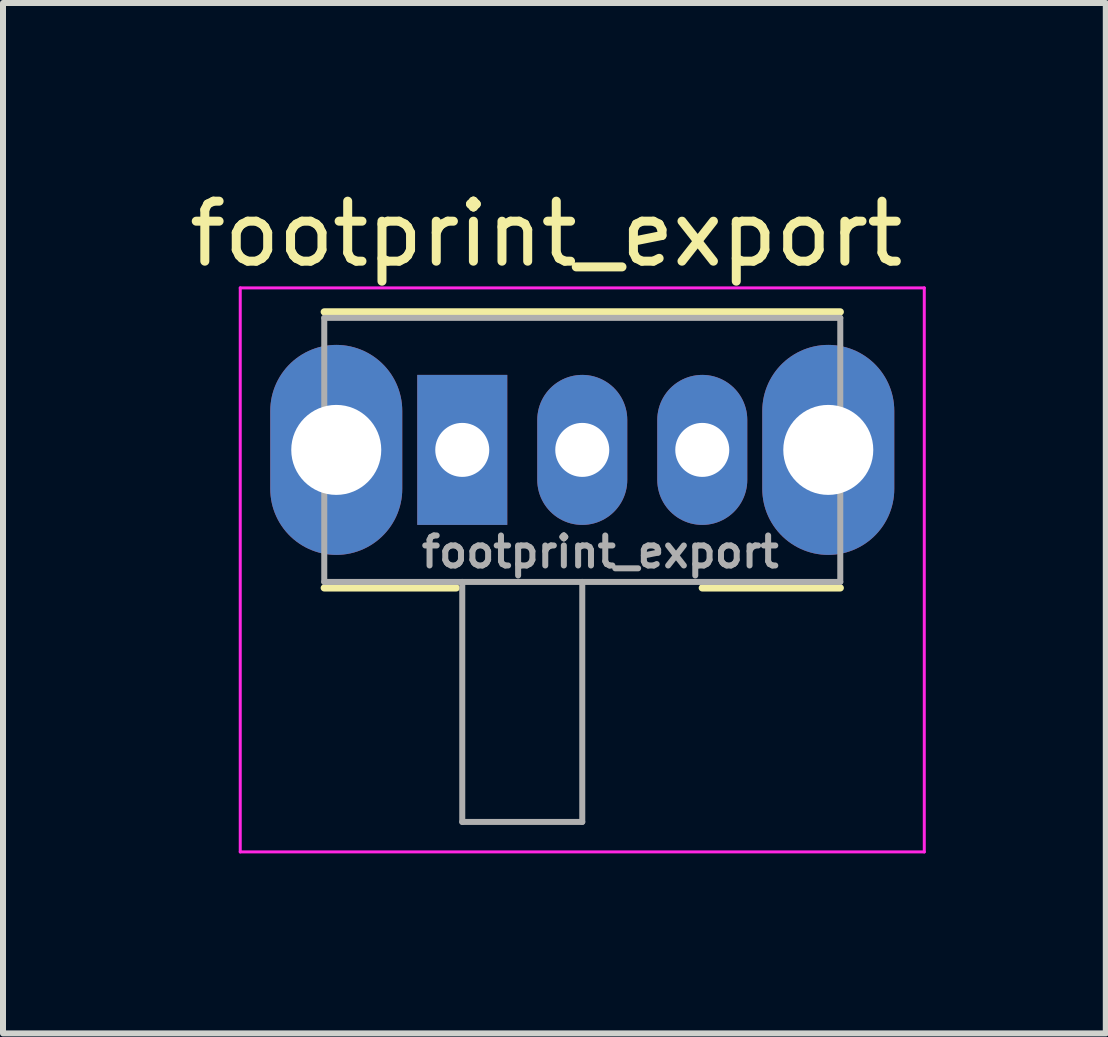
<source format=kicad_pcb>
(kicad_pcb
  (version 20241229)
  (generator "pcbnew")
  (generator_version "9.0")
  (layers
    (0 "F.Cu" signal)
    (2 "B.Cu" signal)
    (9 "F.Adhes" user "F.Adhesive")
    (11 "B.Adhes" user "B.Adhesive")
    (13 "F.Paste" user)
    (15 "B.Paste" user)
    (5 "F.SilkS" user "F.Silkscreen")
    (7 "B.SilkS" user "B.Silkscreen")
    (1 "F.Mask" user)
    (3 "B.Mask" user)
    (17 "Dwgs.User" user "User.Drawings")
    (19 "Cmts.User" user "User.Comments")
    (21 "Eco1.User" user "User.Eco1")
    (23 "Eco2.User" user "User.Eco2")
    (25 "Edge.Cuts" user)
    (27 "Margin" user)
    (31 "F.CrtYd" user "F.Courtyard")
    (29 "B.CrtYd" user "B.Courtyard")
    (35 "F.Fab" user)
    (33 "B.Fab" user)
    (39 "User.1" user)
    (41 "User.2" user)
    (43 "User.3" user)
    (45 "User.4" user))
  (footprint "footprint_export"
    (layer "F.Cu")
    (at 4.654 4.448)
    (property "Reference" "footprint_export" (at 1.4 -3.6 0) (layer "F.SilkS") (effects (font (size 1 1) (thickness 0.15))))
    (attr through_hole)
    (fp_line (start -2.3 -2.3) (end 6.3 -2.3) (stroke (width 0.12) (type solid)) (layer "F.SilkS"))
    (fp_line (start -2.3 2.3) (end -0.1 2.3) (stroke (width 0.12) (type solid)) (layer "F.SilkS"))
    (fp_line (start 4 2.3) (end 6.3 2.3) (stroke (width 0.12) (type solid)) (layer "F.SilkS"))
    (fp_line (start -3.7 -2.7) (end 7.7 -2.7) (stroke (width 0.05) (type solid)) (layer "F.CrtYd"))
    (fp_line (start -3.7 6.7) (end -3.7 -2.7) (stroke (width 0.05) (type solid)) (layer "F.CrtYd"))
    (fp_line (start 7.7 -2.7) (end 7.7 6.7) (stroke (width 0.05) (type solid)) (layer "F.CrtYd"))
    (fp_line (start 7.7 6.7) (end -3.7 6.7) (stroke (width 0.05) (type solid)) (layer "F.CrtYd"))
    (fp_line (start -2.3 -2.2) (end -2.3 2.2) (stroke (width 0.1) (type solid)) (layer "F.Fab"))
    (fp_line (start -2.3 -2.2) (end 6.3 -2.2) (stroke (width 0.1) (type solid)) (layer "F.Fab"))
    (fp_line (start -2.3 2.2) (end 6.3 2.2) (stroke (width 0.1) (type solid)) (layer "F.Fab"))
    (fp_line (start 0 6.2) (end 0 2.2) (stroke (width 0.1) (type solid)) (layer "F.Fab"))
    (fp_line (start 2 2.2) (end 2 6.2) (stroke (width 0.1) (type solid)) (layer "F.Fab"))
    (fp_line (start 2 6.2) (end 0 6.2) (stroke (width 0.1) (type solid)) (layer "F.Fab"))
    (fp_line (start 6.3 2.2) (end 6.3 -2.2) (stroke (width 0.1) (type solid)) (layer "F.Fab"))
    (fp_text user "${REFERENCE}" (at 2.3 1.7 0) (layer "F.Fab") (effects (font (size 0.5 0.5) (thickness 0.1))))
    (pad "" thru_hole oval (at -2.1 0) (size 2.2 3.5) (drill 1.5) (layers "*.Cu" "*.Mask"))
    (pad "" thru_hole oval (at 6.1 0) (size 2.2 3.5) (drill 1.5) (layers "*.Cu" "*.Mask"))
    (pad "1" thru_hole rect (at 0 0) (size 1.5 2.5) (drill 0.9) (layers "*.Cu" "*.Mask"))
    (pad "2" thru_hole oval (at 2 0) (size 1.5 2.5) (drill 0.9) (layers "*.Cu" "*.Mask"))
    (pad "3" thru_hole oval (at 4 0) (size 1.5 2.5) (drill 0.9) (layers "*.Cu" "*.Mask")))
  (gr_rect
    (start -3 -3)
    (end 15.379 14.173)
    (stroke (width 0.1) (type default))
    (fill no)
    (layer "Edge.Cuts")))
</source>
